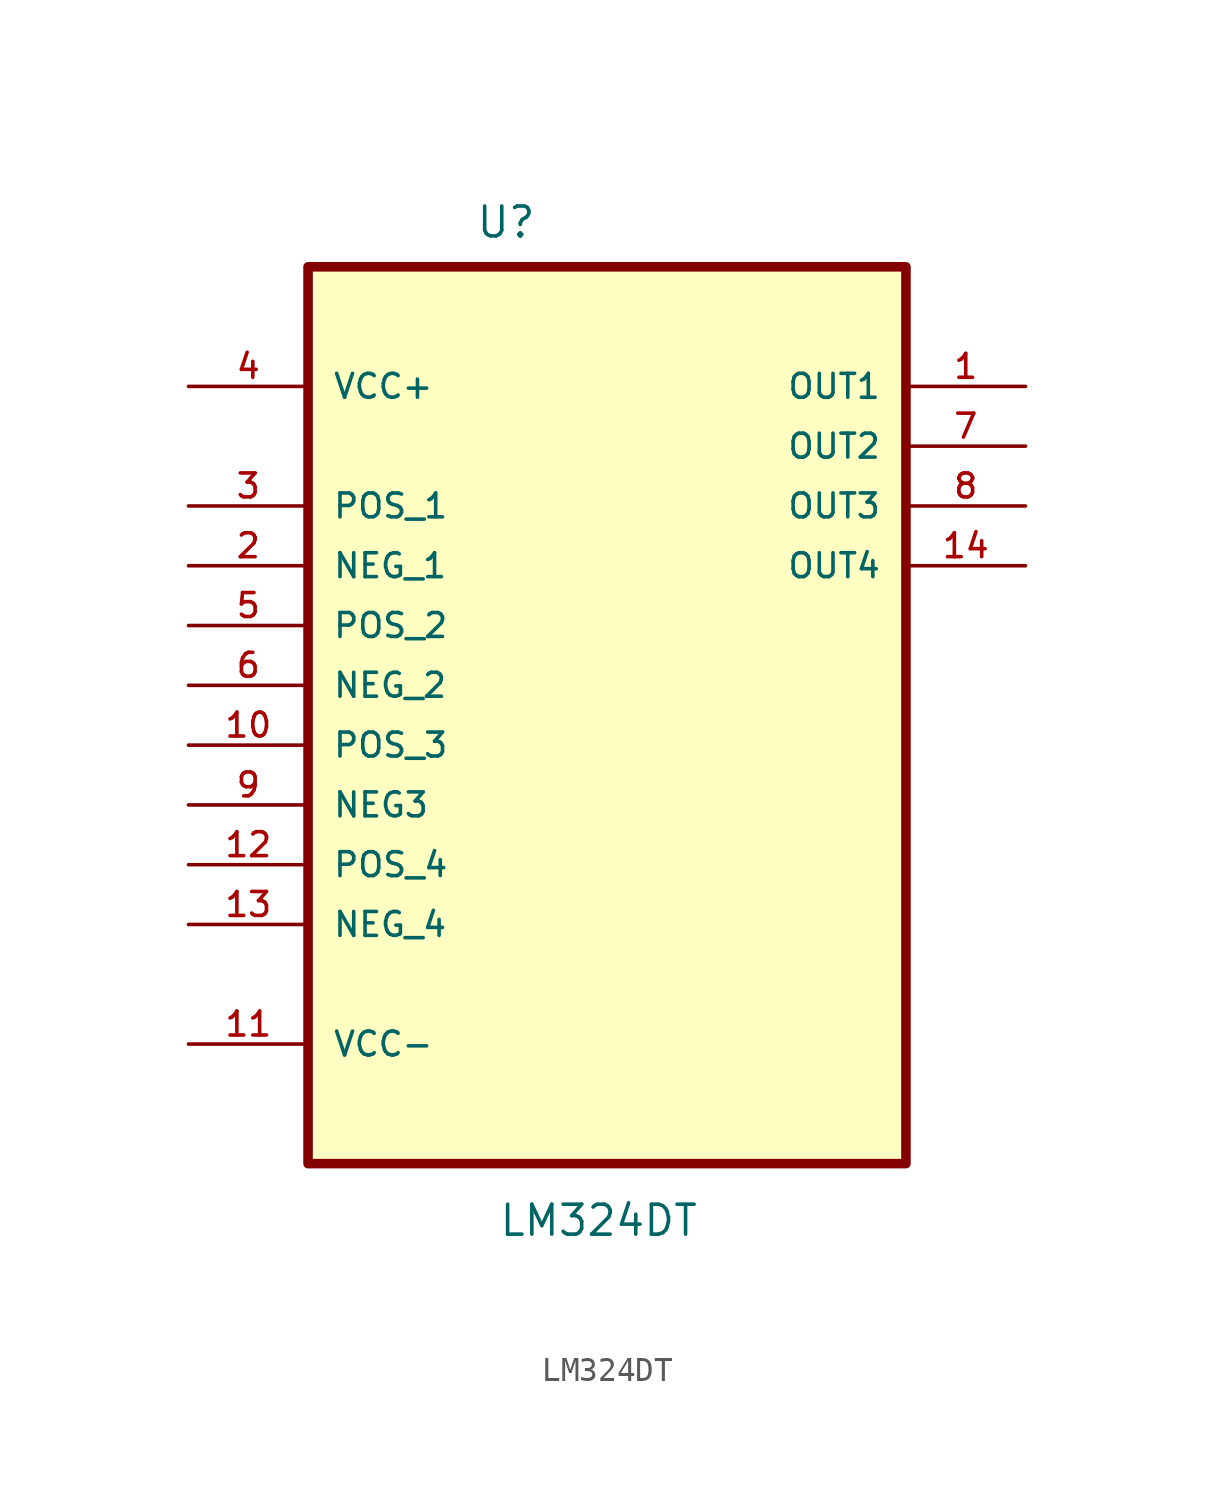
<source format=kicad_sym>
(kicad_symbol_lib
  (version 20211014)
  (generator kicad_symbol_editor)
  (symbol "LM324DT"
    (pin_names
      (offset 1.016))
    (property "Reference" "U"
      (at -5.599 16.389 0.0)
      (effects (font (size 1.27 1.27)) (justify bottom left)))
    (property "Value" "LM324DT"
      (at -4.624 -26.017 0.0)
      (effects (font (size 1.27 1.27)) (justify bottom left)))
    (symbol "LM324DT_0_0"
      (rectangle (start -12.7 -22.86) (end 12.7 15.24) (stroke (width 0.406)) (fill (type background)))
      (pin power_in line (at -17.78 10.16 0) (length 5.08) (name "VCC+" (effects (font (size 1.016 1.016)))) (number "4" (effects (font (size 1.016 1.016)))))
      (pin input line (at -17.78 5.08 0) (length 5.08) (name "POS_1" (effects (font (size 1.016 1.016)))) (number "3" (effects (font (size 1.016 1.016)))))
      (pin input line (at -17.78 2.54 0) (length 5.08) (name "NEG_1" (effects (font (size 1.016 1.016)))) (number "2" (effects (font (size 1.016 1.016)))))
      (pin input line (at -17.78 0.0 0) (length 5.08) (name "POS_2" (effects (font (size 1.016 1.016)))) (number "5" (effects (font (size 1.016 1.016)))))
      (pin input line (at -17.78 -2.54 0) (length 5.08) (name "NEG_2" (effects (font (size 1.016 1.016)))) (number "6" (effects (font (size 1.016 1.016)))))
      (pin input line (at -17.78 -5.08 0) (length 5.08) (name "POS_3" (effects (font (size 1.016 1.016)))) (number "10" (effects (font (size 1.016 1.016)))))
      (pin input line (at -17.78 -7.62 0) (length 5.08) (name "NEG3" (effects (font (size 1.016 1.016)))) (number "9" (effects (font (size 1.016 1.016)))))
      (pin input line (at -17.78 -10.16 0) (length 5.08) (name "POS_4" (effects (font (size 1.016 1.016)))) (number "12" (effects (font (size 1.016 1.016)))))
      (pin input line (at -17.78 -12.7 0) (length 5.08) (name "NEG_4" (effects (font (size 1.016 1.016)))) (number "13" (effects (font (size 1.016 1.016)))))
      (pin power_in line (at -17.78 -17.78 0) (length 5.08) (name "VCC-" (effects (font (size 1.016 1.016)))) (number "11" (effects (font (size 1.016 1.016)))))
      (pin output line (at 17.78 10.16 180.0) (length 5.08) (name "OUT1" (effects (font (size 1.016 1.016)))) (number "1" (effects (font (size 1.016 1.016)))))
      (pin output line (at 17.78 7.62 180.0) (length 5.08) (name "OUT2" (effects (font (size 1.016 1.016)))) (number "7" (effects (font (size 1.016 1.016)))))
      (pin output line (at 17.78 5.08 180.0) (length 5.08) (name "OUT3" (effects (font (size 1.016 1.016)))) (number "8" (effects (font (size 1.016 1.016)))))
      (pin output line (at 17.78 2.54 180.0) (length 5.08) (name "OUT4" (effects (font (size 1.016 1.016)))) (number "14" (effects (font (size 1.016 1.016))))))))
</source>
